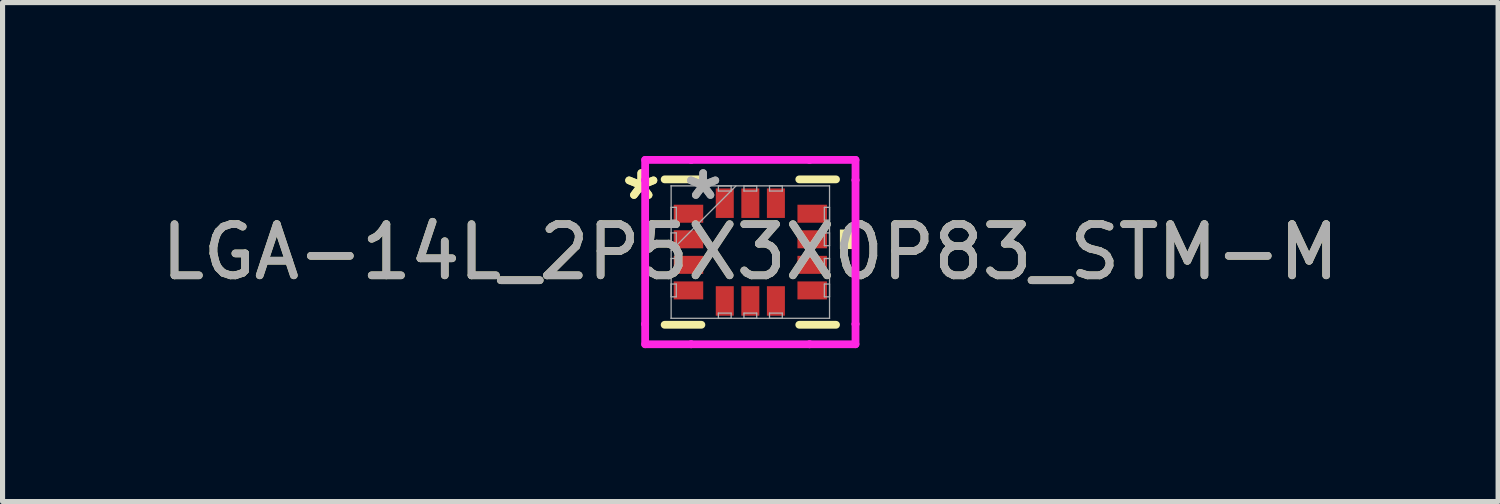
<source format=kicad_pcb>
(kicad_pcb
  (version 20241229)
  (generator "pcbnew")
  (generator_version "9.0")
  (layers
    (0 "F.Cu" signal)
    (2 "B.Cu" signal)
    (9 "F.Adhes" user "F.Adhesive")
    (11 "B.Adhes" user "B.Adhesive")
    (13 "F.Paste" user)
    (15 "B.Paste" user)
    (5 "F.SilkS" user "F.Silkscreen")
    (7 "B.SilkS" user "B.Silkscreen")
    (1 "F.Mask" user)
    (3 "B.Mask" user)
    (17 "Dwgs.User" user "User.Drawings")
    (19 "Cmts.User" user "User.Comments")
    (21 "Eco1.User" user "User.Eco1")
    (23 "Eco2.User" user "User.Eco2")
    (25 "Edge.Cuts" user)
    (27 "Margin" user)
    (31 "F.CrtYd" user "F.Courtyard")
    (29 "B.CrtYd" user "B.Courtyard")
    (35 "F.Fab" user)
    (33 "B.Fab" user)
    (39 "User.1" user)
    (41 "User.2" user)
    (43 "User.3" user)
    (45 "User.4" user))
  (footprint "LGA-14L_2P5X3X0P83_STM-M"
    (layer "F.Cu")
    (at 11.625 1.88)
    (property "Reference" "LGA-14L_2P5X3X0P83_STM-M" (at 0 0 0) (unlocked yes) (layer "F.SilkS") (effects (font (size 1 1) (thickness 0.15))))
    (attr smd)
    (fp_line (start -1.676 1.422) (end -0.957 1.422) (stroke (width 0.152) (type solid)) (layer "F.SilkS"))
    (fp_line (start -0.957 -1.422) (end -1.676 -1.422) (stroke (width 0.152) (type solid)) (layer "F.SilkS"))
    (fp_line (start 0.957 1.422) (end 1.676 1.422) (stroke (width 0.152) (type solid)) (layer "F.SilkS"))
    (fp_line (start 1.676 -1.422) (end 0.957 -1.422) (stroke (width 0.152) (type solid)) (layer "F.SilkS"))
    (fp_poly (pts (xy 2.006 -0.441) (xy 2.006 -0.059) (xy 1.752 -0.059) (xy 1.752 -0.441)) (stroke (width 0) (type solid)) (fill yes) (layer "F.SilkS"))
    (fp_line (start -2.057 -1.803) (end -1.158 -1.803) (stroke (width 0.152) (type solid)) (layer "F.CrtYd"))
    (fp_line (start -2.057 -1.408) (end -2.057 -1.803) (stroke (width 0.152) (type solid)) (layer "F.CrtYd"))
    (fp_line (start -2.057 -1.408) (end -2.057 -1.408) (stroke (width 0.152) (type solid)) (layer "F.CrtYd"))
    (fp_line (start -2.057 1.408) (end -2.057 -1.408) (stroke (width 0.152) (type solid)) (layer "F.CrtYd"))
    (fp_line (start -2.057 1.408) (end -2.057 1.408) (stroke (width 0.152) (type solid)) (layer "F.CrtYd"))
    (fp_line (start -2.057 1.803) (end -2.057 1.408) (stroke (width 0.152) (type solid)) (layer "F.CrtYd"))
    (fp_line (start -1.158 -1.803) (end -1.158 -1.803) (stroke (width 0.152) (type solid)) (layer "F.CrtYd"))
    (fp_line (start -1.158 -1.803) (end 1.158 -1.803) (stroke (width 0.152) (type solid)) (layer "F.CrtYd"))
    (fp_line (start -1.158 1.803) (end -2.057 1.803) (stroke (width 0.152) (type solid)) (layer "F.CrtYd"))
    (fp_line (start -1.158 1.803) (end -1.158 1.803) (stroke (width 0.152) (type solid)) (layer "F.CrtYd"))
    (fp_line (start 1.158 -1.803) (end 1.158 -1.803) (stroke (width 0.152) (type solid)) (layer "F.CrtYd"))
    (fp_line (start 1.158 -1.803) (end 2.057 -1.803) (stroke (width 0.152) (type solid)) (layer "F.CrtYd"))
    (fp_line (start 1.158 1.803) (end -1.158 1.803) (stroke (width 0.152) (type solid)) (layer "F.CrtYd"))
    (fp_line (start 1.158 1.803) (end 1.158 1.803) (stroke (width 0.152) (type solid)) (layer "F.CrtYd"))
    (fp_line (start 2.057 -1.803) (end 2.057 -1.408) (stroke (width 0.152) (type solid)) (layer "F.CrtYd"))
    (fp_line (start 2.057 -1.408) (end 2.057 -1.408) (stroke (width 0.152) (type solid)) (layer "F.CrtYd"))
    (fp_line (start 2.057 -1.408) (end 2.057 1.408) (stroke (width 0.152) (type solid)) (layer "F.CrtYd"))
    (fp_line (start 2.057 1.408) (end 2.057 1.408) (stroke (width 0.152) (type solid)) (layer "F.CrtYd"))
    (fp_line (start 2.057 1.408) (end 2.057 1.803) (stroke (width 0.152) (type solid)) (layer "F.CrtYd"))
    (fp_line (start 2.057 1.803) (end 1.158 1.803) (stroke (width 0.152) (type solid)) (layer "F.CrtYd"))
    (fp_line (start -1.549 -1.295) (end -1.549 -1.295) (stroke (width 0.025) (type solid)) (layer "F.Fab"))
    (fp_line (start -1.549 -1.295) (end -1.549 1.295) (stroke (width 0.025) (type solid)) (layer "F.Fab"))
    (fp_line (start -1.549 -0.875) (end -1.448 -0.875) (stroke (width 0.025) (type solid)) (layer "F.Fab"))
    (fp_line (start -1.549 -0.625) (end -1.549 -0.875) (stroke (width 0.025) (type solid)) (layer "F.Fab"))
    (fp_line (start -1.549 -0.375) (end -1.448 -0.375) (stroke (width 0.025) (type solid)) (layer "F.Fab"))
    (fp_line (start -1.549 -0.125) (end -1.549 -0.375) (stroke (width 0.025) (type solid)) (layer "F.Fab"))
    (fp_line (start -1.549 -0.025) (end -0.279 -1.295) (stroke (width 0.025) (type solid)) (layer "F.Fab"))
    (fp_line (start -1.549 0.125) (end -1.448 0.125) (stroke (width 0.025) (type solid)) (layer "F.Fab"))
    (fp_line (start -1.549 0.375) (end -1.549 0.125) (stroke (width 0.025) (type solid)) (layer "F.Fab"))
    (fp_line (start -1.549 0.625) (end -1.448 0.625) (stroke (width 0.025) (type solid)) (layer "F.Fab"))
    (fp_line (start -1.549 0.875) (end -1.549 0.625) (stroke (width 0.025) (type solid)) (layer "F.Fab"))
    (fp_line (start -1.549 1.295) (end -1.549 1.295) (stroke (width 0.025) (type solid)) (layer "F.Fab"))
    (fp_line (start -1.549 1.295) (end 1.549 1.295) (stroke (width 0.025) (type solid)) (layer "F.Fab"))
    (fp_line (start -1.448 -0.875) (end -1.448 -0.625) (stroke (width 0.025) (type solid)) (layer "F.Fab"))
    (fp_line (start -1.448 -0.625) (end -1.549 -0.625) (stroke (width 0.025) (type solid)) (layer "F.Fab"))
    (fp_line (start -1.448 -0.375) (end -1.448 -0.125) (stroke (width 0.025) (type solid)) (layer "F.Fab"))
    (fp_line (start -1.448 -0.125) (end -1.549 -0.125) (stroke (width 0.025) (type solid)) (layer "F.Fab"))
    (fp_line (start -1.448 0.125) (end -1.448 0.375) (stroke (width 0.025) (type solid)) (layer "F.Fab"))
    (fp_line (start -1.448 0.375) (end -1.549 0.375) (stroke (width 0.025) (type solid)) (layer "F.Fab"))
    (fp_line (start -1.448 0.625) (end -1.448 0.875) (stroke (width 0.025) (type solid)) (layer "F.Fab"))
    (fp_line (start -1.448 0.875) (end -1.549 0.875) (stroke (width 0.025) (type solid)) (layer "F.Fab"))
    (fp_line (start -0.625 -1.295) (end -0.375 -1.295) (stroke (width 0.025) (type solid)) (layer "F.Fab"))
    (fp_line (start -0.625 -1.194) (end -0.625 -1.295) (stroke (width 0.025) (type solid)) (layer "F.Fab"))
    (fp_line (start -0.625 1.194) (end -0.375 1.194) (stroke (width 0.025) (type solid)) (layer "F.Fab"))
    (fp_line (start -0.625 1.295) (end -0.625 1.194) (stroke (width 0.025) (type solid)) (layer "F.Fab"))
    (fp_line (start -0.375 -1.295) (end -0.375 -1.194) (stroke (width 0.025) (type solid)) (layer "F.Fab"))
    (fp_line (start -0.375 -1.194) (end -0.625 -1.194) (stroke (width 0.025) (type solid)) (layer "F.Fab"))
    (fp_line (start -0.375 1.194) (end -0.375 1.295) (stroke (width 0.025) (type solid)) (layer "F.Fab"))
    (fp_line (start -0.375 1.295) (end -0.625 1.295) (stroke (width 0.025) (type solid)) (layer "F.Fab"))
    (fp_line (start -0.125 -1.295) (end 0.125 -1.295) (stroke (width 0.025) (type solid)) (layer "F.Fab"))
    (fp_line (start -0.125 -1.194) (end -0.125 -1.295) (stroke (width 0.025) (type solid)) (layer "F.Fab"))
    (fp_line (start -0.125 1.194) (end 0.125 1.194) (stroke (width 0.025) (type solid)) (layer "F.Fab"))
    (fp_line (start -0.125 1.295) (end -0.125 1.194) (stroke (width 0.025) (type solid)) (layer "F.Fab"))
    (fp_line (start 0.125 -1.295) (end 0.125 -1.194) (stroke (width 0.025) (type solid)) (layer "F.Fab"))
    (fp_line (start 0.125 -1.194) (end -0.125 -1.194) (stroke (width 0.025) (type solid)) (layer "F.Fab"))
    (fp_line (start 0.125 1.194) (end 0.125 1.295) (stroke (width 0.025) (type solid)) (layer "F.Fab"))
    (fp_line (start 0.125 1.295) (end -0.125 1.295) (stroke (width 0.025) (type solid)) (layer "F.Fab"))
    (fp_line (start 0.375 -1.295) (end 0.625 -1.295) (stroke (width 0.025) (type solid)) (layer "F.Fab"))
    (fp_line (start 0.375 -1.194) (end 0.375 -1.295) (stroke (width 0.025) (type solid)) (layer "F.Fab"))
    (fp_line (start 0.375 1.194) (end 0.625 1.194) (stroke (width 0.025) (type solid)) (layer "F.Fab"))
    (fp_line (start 0.375 1.295) (end 0.375 1.194) (stroke (width 0.025) (type solid)) (layer "F.Fab"))
    (fp_line (start 0.625 -1.295) (end 0.625 -1.194) (stroke (width 0.025) (type solid)) (layer "F.Fab"))
    (fp_line (start 0.625 -1.194) (end 0.375 -1.194) (stroke (width 0.025) (type solid)) (layer "F.Fab"))
    (fp_line (start 0.625 1.194) (end 0.625 1.295) (stroke (width 0.025) (type solid)) (layer "F.Fab"))
    (fp_line (start 0.625 1.295) (end 0.375 1.295) (stroke (width 0.025) (type solid)) (layer "F.Fab"))
    (fp_line (start 1.448 -0.875) (end 1.549 -0.875) (stroke (width 0.025) (type solid)) (layer "F.Fab"))
    (fp_line (start 1.448 -0.625) (end 1.448 -0.875) (stroke (width 0.025) (type solid)) (layer "F.Fab"))
    (fp_line (start 1.448 -0.375) (end 1.549 -0.375) (stroke (width 0.025) (type solid)) (layer "F.Fab"))
    (fp_line (start 1.448 -0.125) (end 1.448 -0.375) (stroke (width 0.025) (type solid)) (layer "F.Fab"))
    (fp_line (start 1.448 0.125) (end 1.549 0.125) (stroke (width 0.025) (type solid)) (layer "F.Fab"))
    (fp_line (start 1.448 0.375) (end 1.448 0.125) (stroke (width 0.025) (type solid)) (layer "F.Fab"))
    (fp_line (start 1.448 0.625) (end 1.549 0.625) (stroke (width 0.025) (type solid)) (layer "F.Fab"))
    (fp_line (start 1.448 0.875) (end 1.448 0.625) (stroke (width 0.025) (type solid)) (layer "F.Fab"))
    (fp_line (start 1.549 -1.295) (end -1.549 -1.295) (stroke (width 0.025) (type solid)) (layer "F.Fab"))
    (fp_line (start 1.549 -1.295) (end 1.549 -1.295) (stroke (width 0.025) (type solid)) (layer "F.Fab"))
    (fp_line (start 1.549 -0.875) (end 1.549 -0.625) (stroke (width 0.025) (type solid)) (layer "F.Fab"))
    (fp_line (start 1.549 -0.625) (end 1.448 -0.625) (stroke (width 0.025) (type solid)) (layer "F.Fab"))
    (fp_line (start 1.549 -0.375) (end 1.549 -0.125) (stroke (width 0.025) (type solid)) (layer "F.Fab"))
    (fp_line (start 1.549 -0.125) (end 1.448 -0.125) (stroke (width 0.025) (type solid)) (layer "F.Fab"))
    (fp_line (start 1.549 0.125) (end 1.549 0.375) (stroke (width 0.025) (type solid)) (layer "F.Fab"))
    (fp_line (start 1.549 0.375) (end 1.448 0.375) (stroke (width 0.025) (type solid)) (layer "F.Fab"))
    (fp_line (start 1.549 0.625) (end 1.549 0.875) (stroke (width 0.025) (type solid)) (layer "F.Fab"))
    (fp_line (start 1.549 0.875) (end 1.448 0.875) (stroke (width 0.025) (type solid)) (layer "F.Fab"))
    (fp_line (start 1.549 1.295) (end 1.549 -1.295) (stroke (width 0.025) (type solid)) (layer "F.Fab"))
    (fp_line (start 1.549 1.295) (end 1.549 1.295) (stroke (width 0.025) (type solid)) (layer "F.Fab"))
    (fp_text user "*" (at -2.133 -1 0) (unlocked yes) (layer "F.SilkS") (effects (font (size 1 1) (thickness 0.15))))
    (fp_text user "*" (at -2.133 -1 0) (layer "F.SilkS") (effects (font (size 1 1) (thickness 0.15))))
    (fp_text user "${REFERENCE}" (at 0 0 0) (unlocked yes) (layer "F.Fab") (effects (font (size 1 1) (thickness 0.15))))
    (fp_text user "*" (at -0.923 -1 0) (unlocked yes) (layer "F.Fab") (effects (font (size 1 1) (thickness 0.15))))
    (fp_text user "*" (at -0.923 -1 0) (layer "F.Fab") (effects (font (size 1 1) (thickness 0.15))))
    (pad "1" smd rect (at -1.21 -0.75 90) (size 0.352 0.577) (layers "F.Cu" "F.Mask" "F.Paste"))
    (pad "2" smd rect (at -1.21 -0.25 90) (size 0.352 0.577) (layers "F.Cu" "F.Mask" "F.Paste"))
    (pad "3" smd rect (at -1.21 0.25 90) (size 0.352 0.577) (layers "F.Cu" "F.Mask" "F.Paste"))
    (pad "4" smd rect (at -1.21 0.75 90) (size 0.352 0.577) (layers "F.Cu" "F.Mask" "F.Paste"))
    (pad "5" smd rect (at -0.5 0.956) (size 0.352 0.577) (layers "F.Cu" "F.Mask" "F.Paste"))
    (pad "6" smd rect (at 0 0.956) (size 0.352 0.577) (layers "F.Cu" "F.Mask" "F.Paste"))
    (pad "7" smd rect (at 0.5 0.956) (size 0.352 0.577) (layers "F.Cu" "F.Mask" "F.Paste"))
    (pad "8" smd rect (at 1.21 0.75 90) (size 0.352 0.577) (layers "F.Cu" "F.Mask" "F.Paste"))
    (pad "9" smd rect (at 1.21 0.25 90) (size 0.352 0.577) (layers "F.Cu" "F.Mask" "F.Paste"))
    (pad "10" smd rect (at 1.21 -0.25 90) (size 0.352 0.577) (layers "F.Cu" "F.Mask" "F.Paste"))
    (pad "11" smd rect (at 1.21 -0.75 90) (size 0.352 0.577) (layers "F.Cu" "F.Mask" "F.Paste"))
    (pad "12" smd rect (at 0.5 -0.956) (size 0.352 0.577) (layers "F.Cu" "F.Mask" "F.Paste"))
    (pad "13" smd rect (at 0 -0.956) (size 0.352 0.577) (layers "F.Cu" "F.Mask" "F.Paste"))
    (pad "14" smd rect (at -0.5 -0.956) (size 0.352 0.577) (layers "F.Cu" "F.Mask" "F.Paste")))
  (gr_rect
    (start -3 -3)
    (end 26.25 6.759)
    (stroke (width 0.1) (type default))
    (fill no)
    (layer "Edge.Cuts")))
</source>
